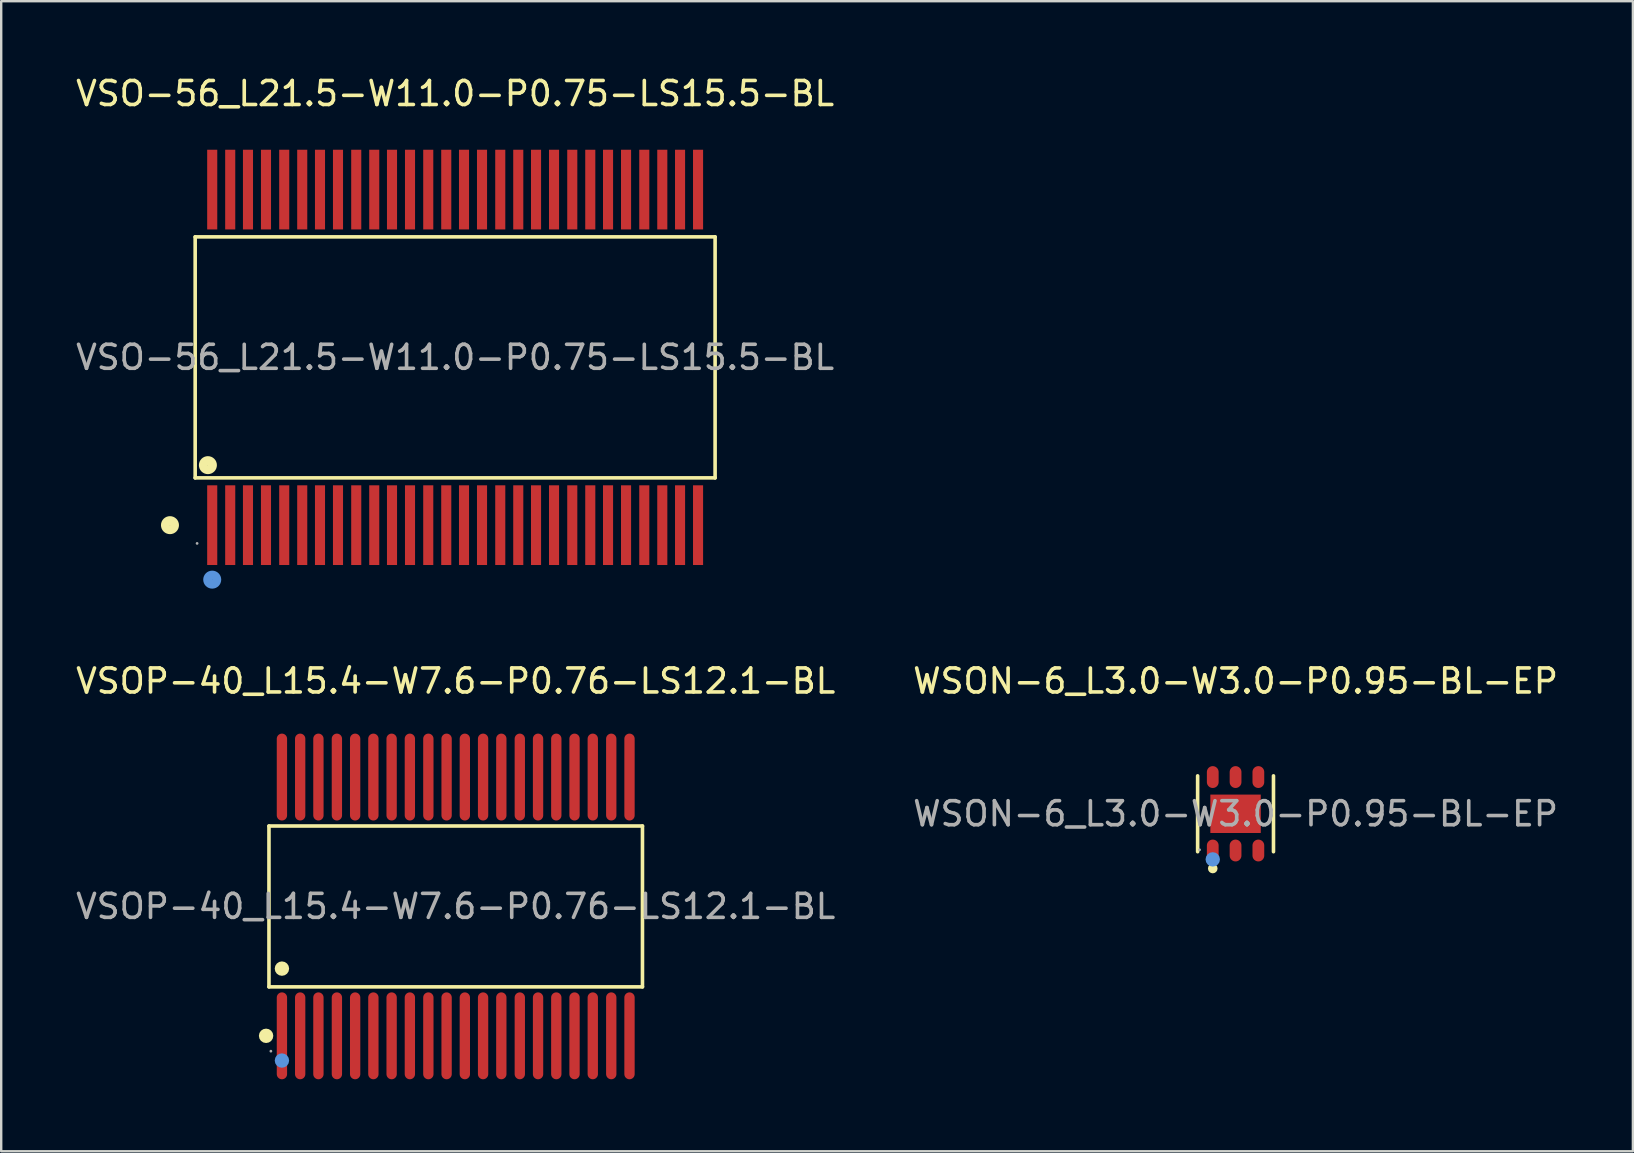
<source format=kicad_pcb>
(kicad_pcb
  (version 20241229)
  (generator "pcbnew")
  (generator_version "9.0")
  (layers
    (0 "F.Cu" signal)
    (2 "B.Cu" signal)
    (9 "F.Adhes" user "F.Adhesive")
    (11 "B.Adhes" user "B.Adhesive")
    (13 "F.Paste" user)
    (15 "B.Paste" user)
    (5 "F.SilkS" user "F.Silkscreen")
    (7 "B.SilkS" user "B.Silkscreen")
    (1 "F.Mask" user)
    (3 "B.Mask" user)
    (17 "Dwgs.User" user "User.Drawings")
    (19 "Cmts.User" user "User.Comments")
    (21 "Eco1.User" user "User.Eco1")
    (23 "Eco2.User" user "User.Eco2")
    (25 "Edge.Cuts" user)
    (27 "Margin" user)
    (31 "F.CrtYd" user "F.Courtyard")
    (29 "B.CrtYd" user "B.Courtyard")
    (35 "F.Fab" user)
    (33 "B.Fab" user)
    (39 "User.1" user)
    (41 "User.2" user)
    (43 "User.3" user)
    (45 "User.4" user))
  (footprint "VSOP-40_L15.4-W7.6-P0.76-LS12.1-BL"
    (layer "F.Cu")
    (at 15.935 34.712)
    (property "Reference" "VSOP-40_L15.4-W7.6-P0.76-LS12.1-BL" (at 0 -9.39 0) (layer "F.SilkS") (effects (font (size 1 1) (thickness 0.15))))
    (attr through_hole)
    (fp_line (start -7.78 -3.35) (end 7.78 -3.35) (stroke (width 0.15) (type solid)) (layer "F.SilkS"))
    (fp_line (start -7.78 3.35) (end -7.78 -3.35) (stroke (width 0.15) (type solid)) (layer "F.SilkS"))
    (fp_line (start 7.78 -3.35) (end 7.78 3.35) (stroke (width 0.15) (type solid)) (layer "F.SilkS"))
    (fp_line (start 7.78 3.35) (end -7.78 3.35) (stroke (width 0.15) (type solid)) (layer "F.SilkS"))
    (fp_circle (center -7.9 5.39) (end -7.75 5.39) (stroke (width 0.3) (type solid)) (fill no) (layer "F.SilkS"))
    (fp_circle (center -7.24 2.59) (end -7.09 2.59) (stroke (width 0.3) (type solid)) (fill no) (layer "F.SilkS"))
    (fp_circle (center -7.24 6.42) (end -7.09 6.42) (stroke (width 0.3) (type solid)) (fill no) (layer "Cmts.User"))
    (fp_circle (center -7.7 6.03) (end -7.67 6.03) (stroke (width 0.06) (type solid)) (fill no) (layer "F.Fab"))
    (fp_text user "${REFERENCE}" (at 0 0 0) (layer "F.Fab") (effects (font (size 1 1) (thickness 0.15))))
    (pad "1" smd oval (at -7.24 5.39) (size 0.43 3.62) (layers "F.Cu" "F.Mask" "F.Paste"))
    (pad "2" smd oval (at -6.48 5.39) (size 0.43 3.62) (layers "F.Cu" "F.Mask" "F.Paste"))
    (pad "3" smd oval (at -5.72 5.39) (size 0.43 3.62) (layers "F.Cu" "F.Mask" "F.Paste"))
    (pad "4" smd oval (at -4.95 5.39) (size 0.43 3.62) (layers "F.Cu" "F.Mask" "F.Paste"))
    (pad "5" smd oval (at -4.19 5.39) (size 0.43 3.62) (layers "F.Cu" "F.Mask" "F.Paste"))
    (pad "6" smd oval (at -3.43 5.39) (size 0.43 3.62) (layers "F.Cu" "F.Mask" "F.Paste"))
    (pad "7" smd oval (at -2.67 5.39) (size 0.43 3.62) (layers "F.Cu" "F.Mask" "F.Paste"))
    (pad "8" smd oval (at -1.91 5.39) (size 0.43 3.62) (layers "F.Cu" "F.Mask" "F.Paste"))
    (pad "9" smd oval (at -1.14 5.39) (size 0.43 3.62) (layers "F.Cu" "F.Mask" "F.Paste"))
    (pad "10" smd oval (at -0.38 5.39) (size 0.43 3.62) (layers "F.Cu" "F.Mask" "F.Paste"))
    (pad "11" smd oval (at 0.38 5.39) (size 0.43 3.62) (layers "F.Cu" "F.Mask" "F.Paste"))
    (pad "12" smd oval (at 1.14 5.39) (size 0.43 3.62) (layers "F.Cu" "F.Mask" "F.Paste"))
    (pad "13" smd oval (at 1.9 5.39) (size 0.43 3.62) (layers "F.Cu" "F.Mask" "F.Paste"))
    (pad "14" smd oval (at 2.67 5.39) (size 0.43 3.62) (layers "F.Cu" "F.Mask" "F.Paste"))
    (pad "15" smd oval (at 3.43 5.39) (size 0.43 3.62) (layers "F.Cu" "F.Mask" "F.Paste"))
    (pad "16" smd oval (at 4.19 5.39) (size 0.43 3.62) (layers "F.Cu" "F.Mask" "F.Paste"))
    (pad "17" smd oval (at 4.95 5.39) (size 0.43 3.62) (layers "F.Cu" "F.Mask" "F.Paste"))
    (pad "18" smd oval (at 5.71 5.39) (size 0.43 3.62) (layers "F.Cu" "F.Mask" "F.Paste"))
    (pad "19" smd oval (at 6.48 5.39) (size 0.43 3.62) (layers "F.Cu" "F.Mask" "F.Paste"))
    (pad "20" smd oval (at 7.24 5.39) (size 0.43 3.62) (layers "F.Cu" "F.Mask" "F.Paste"))
    (pad "21" smd oval (at 7.24 -5.39) (size 0.43 3.62) (layers "F.Cu" "F.Mask" "F.Paste"))
    (pad "22" smd oval (at 6.48 -5.39) (size 0.43 3.62) (layers "F.Cu" "F.Mask" "F.Paste"))
    (pad "23" smd oval (at 5.71 -5.39) (size 0.43 3.62) (layers "F.Cu" "F.Mask" "F.Paste"))
    (pad "24" smd oval (at 4.95 -5.39) (size 0.43 3.62) (layers "F.Cu" "F.Mask" "F.Paste"))
    (pad "25" smd oval (at 4.19 -5.39) (size 0.43 3.62) (layers "F.Cu" "F.Mask" "F.Paste"))
    (pad "26" smd oval (at 3.43 -5.39) (size 0.43 3.62) (layers "F.Cu" "F.Mask" "F.Paste"))
    (pad "27" smd oval (at 2.67 -5.39) (size 0.43 3.62) (layers "F.Cu" "F.Mask" "F.Paste"))
    (pad "28" smd oval (at 1.9 -5.39) (size 0.43 3.62) (layers "F.Cu" "F.Mask" "F.Paste"))
    (pad "29" smd oval (at 1.14 -5.39) (size 0.43 3.62) (layers "F.Cu" "F.Mask" "F.Paste"))
    (pad "30" smd oval (at 0.38 -5.39) (size 0.43 3.62) (layers "F.Cu" "F.Mask" "F.Paste"))
    (pad "31" smd oval (at -0.38 -5.39) (size 0.43 3.62) (layers "F.Cu" "F.Mask" "F.Paste"))
    (pad "32" smd oval (at -1.14 -5.39) (size 0.43 3.62) (layers "F.Cu" "F.Mask" "F.Paste"))
    (pad "33" smd oval (at -1.91 -5.39) (size 0.43 3.62) (layers "F.Cu" "F.Mask" "F.Paste"))
    (pad "34" smd oval (at -2.67 -5.39) (size 0.43 3.62) (layers "F.Cu" "F.Mask" "F.Paste"))
    (pad "35" smd oval (at -3.43 -5.39) (size 0.43 3.62) (layers "F.Cu" "F.Mask" "F.Paste"))
    (pad "36" smd oval (at -4.19 -5.39) (size 0.43 3.62) (layers "F.Cu" "F.Mask" "F.Paste"))
    (pad "37" smd oval (at -4.95 -5.39) (size 0.43 3.62) (layers "F.Cu" "F.Mask" "F.Paste"))
    (pad "38" smd oval (at -5.72 -5.39) (size 0.43 3.62) (layers "F.Cu" "F.Mask" "F.Paste"))
    (pad "39" smd oval (at -6.48 -5.39) (size 0.43 3.62) (layers "F.Cu" "F.Mask" "F.Paste"))
    (pad "40" smd oval (at -7.24 -5.39) (size 0.43 3.62) (layers "F.Cu" "F.Mask" "F.Paste")))
  (footprint "WSON-6_L3.0-W3.0-P0.95-BL-EP"
    (layer "F.Cu")
    (at 48.423 30.852)
    (property "Reference" "WSON-6_L3.0-W3.0-P0.95-BL-EP" (at 0 -5.53 0) (layer "F.SilkS") (effects (font (size 1 1) (thickness 0.15))))
    (attr through_hole)
    (fp_line (start -1.58 1.58) (end -1.58 -1.58) (stroke (width 0.15) (type solid)) (layer "F.SilkS"))
    (fp_line (start 1.58 -1.58) (end 1.58 1.58) (stroke (width 0.15) (type solid)) (layer "F.SilkS"))
    (fp_circle (center -0.95 2.28) (end -0.85 2.28) (stroke (width 0.2) (type solid)) (fill no) (layer "F.SilkS"))
    (fp_circle (center -0.95 1.9) (end -0.8 1.9) (stroke (width 0.3) (type solid)) (fill no) (layer "Cmts.User"))
    (fp_circle (center -1.5 1.5) (end -1.47 1.5) (stroke (width 0.06) (type solid)) (fill no) (layer "F.Fab"))
    (fp_text user "${REFERENCE}" (at 0 0 0) (layer "F.Fab") (effects (font (size 1 1) (thickness 0.15))))
    (pad "1" smd oval (at -0.95 1.53) (size 0.49 0.91) (layers "F.Cu" "F.Mask" "F.Paste"))
    (pad "2" smd oval (at 0 1.53) (size 0.49 0.91) (layers "F.Cu" "F.Mask" "F.Paste"))
    (pad "3" smd oval (at 0.95 1.53) (size 0.49 0.91) (layers "F.Cu" "F.Mask" "F.Paste"))
    (pad "4" smd oval (at 0.95 -1.53) (size 0.49 0.91) (layers "F.Cu" "F.Mask" "F.Paste"))
    (pad "5" smd oval (at 0 -1.53) (size 0.49 0.91) (layers "F.Cu" "F.Mask" "F.Paste"))
    (pad "6" smd oval (at -0.95 -1.53) (size 0.49 0.91) (layers "F.Cu" "F.Mask" "F.Paste"))
    (pad "7" smd rect (at 0 0) (size 2.1 1.6) (layers "F.Cu" "F.Mask" "F.Paste")))
  (footprint "VSO-56_L21.5-W11.0-P0.75-LS15.5-BL"
    (layer "F.Cu")
    (at 15.911 11.838)
    (property "Reference" "VSO-56_L21.5-W11.0-P0.75-LS15.5-BL" (at 0 -10.99 0) (layer "F.SilkS") (effects (font (size 1 1) (thickness 0.15))))
    (attr through_hole)
    (fp_line (start -10.83 -5.02) (end 10.83 -5.02) (stroke (width 0.15) (type solid)) (layer "F.SilkS"))
    (fp_line (start -10.83 5.02) (end -10.83 -5.02) (stroke (width 0.15) (type solid)) (layer "F.SilkS"))
    (fp_line (start 10.83 -5.02) (end 10.83 5.02) (stroke (width 0.15) (type solid)) (layer "F.SilkS"))
    (fp_line (start 10.83 5.02) (end -10.83 5.02) (stroke (width 0.15) (type solid)) (layer "F.SilkS"))
    (fp_circle (center -11.88 6.99) (end -11.69 6.99) (stroke (width 0.37) (type solid)) (fill no) (layer "F.SilkS"))
    (fp_circle (center -10.3 4.49) (end -10.11 4.49) (stroke (width 0.37) (type solid)) (fill no) (layer "F.SilkS"))
    (fp_circle (center -10.12 9.26) (end -9.93 9.26) (stroke (width 0.37) (type solid)) (fill no) (layer "Cmts.User"))
    (fp_circle (center -10.75 7.75) (end -10.72 7.75) (stroke (width 0.06) (type solid)) (fill no) (layer "F.Fab"))
    (fp_text user "${REFERENCE}" (at 0 0 0) (layer "F.Fab") (effects (font (size 1 1) (thickness 0.15))))
    (pad "1" smd rect (at -10.12 6.99) (size 0.42 3.32) (layers "F.Cu" "F.Mask" "F.Paste"))
    (pad "2" smd rect (at -9.37 6.99) (size 0.42 3.32) (layers "F.Cu" "F.Mask" "F.Paste"))
    (pad "3" smd rect (at -8.63 6.99) (size 0.42 3.32) (layers "F.Cu" "F.Mask" "F.Paste"))
    (pad "4" smd rect (at -7.88 6.99) (size 0.42 3.32) (layers "F.Cu" "F.Mask" "F.Paste"))
    (pad "5" smd rect (at -7.12 6.99) (size 0.42 3.32) (layers "F.Cu" "F.Mask" "F.Paste"))
    (pad "6" smd rect (at -6.37 6.99) (size 0.42 3.32) (layers "F.Cu" "F.Mask" "F.Paste"))
    (pad "7" smd rect (at -5.63 6.99) (size 0.42 3.32) (layers "F.Cu" "F.Mask" "F.Paste"))
    (pad "8" smd rect (at -4.88 6.99) (size 0.42 3.32) (layers "F.Cu" "F.Mask" "F.Paste"))
    (pad "9" smd rect (at -4.12 6.99) (size 0.42 3.32) (layers "F.Cu" "F.Mask" "F.Paste"))
    (pad "10" smd rect (at -3.37 6.99) (size 0.42 3.32) (layers "F.Cu" "F.Mask" "F.Paste"))
    (pad "11" smd rect (at -2.63 6.99) (size 0.42 3.32) (layers "F.Cu" "F.Mask" "F.Paste"))
    (pad "12" smd rect (at -1.88 6.99) (size 0.42 3.32) (layers "F.Cu" "F.Mask" "F.Paste"))
    (pad "13" smd rect (at -1.12 6.99) (size 0.42 3.32) (layers "F.Cu" "F.Mask" "F.Paste"))
    (pad "14" smd rect (at -0.37 6.99) (size 0.42 3.32) (layers "F.Cu" "F.Mask" "F.Paste"))
    (pad "15" smd rect (at 0.37 6.99) (size 0.42 3.32) (layers "F.Cu" "F.Mask" "F.Paste"))
    (pad "16" smd rect (at 1.12 6.99) (size 0.42 3.32) (layers "F.Cu" "F.Mask" "F.Paste"))
    (pad "17" smd rect (at 1.88 6.99) (size 0.42 3.32) (layers "F.Cu" "F.Mask" "F.Paste"))
    (pad "18" smd rect (at 2.63 6.99) (size 0.42 3.32) (layers "F.Cu" "F.Mask" "F.Paste"))
    (pad "19" smd rect (at 3.37 6.99) (size 0.42 3.32) (layers "F.Cu" "F.Mask" "F.Paste"))
    (pad "20" smd rect (at 4.12 6.99) (size 0.42 3.32) (layers "F.Cu" "F.Mask" "F.Paste"))
    (pad "21" smd rect (at 4.88 6.99) (size 0.42 3.32) (layers "F.Cu" "F.Mask" "F.Paste"))
    (pad "22" smd rect (at 5.63 6.99) (size 0.42 3.32) (layers "F.Cu" "F.Mask" "F.Paste"))
    (pad "23" smd rect (at 6.37 6.99) (size 0.42 3.32) (layers "F.Cu" "F.Mask" "F.Paste"))
    (pad "24" smd rect (at 7.12 6.99) (size 0.42 3.32) (layers "F.Cu" "F.Mask" "F.Paste"))
    (pad "25" smd rect (at 7.88 6.99) (size 0.42 3.32) (layers "F.Cu" "F.Mask" "F.Paste"))
    (pad "26" smd rect (at 8.63 6.99) (size 0.42 3.32) (layers "F.Cu" "F.Mask" "F.Paste"))
    (pad "27" smd rect (at 9.37 6.99) (size 0.42 3.32) (layers "F.Cu" "F.Mask" "F.Paste"))
    (pad "28" smd rect (at 10.12 6.99) (size 0.42 3.32) (layers "F.Cu" "F.Mask" "F.Paste"))
    (pad "29" smd rect (at 10.12 -6.99) (size 0.42 3.32) (layers "F.Cu" "F.Mask" "F.Paste"))
    (pad "30" smd rect (at 9.37 -6.99) (size 0.42 3.32) (layers "F.Cu" "F.Mask" "F.Paste"))
    (pad "31" smd rect (at 8.63 -6.99) (size 0.42 3.32) (layers "F.Cu" "F.Mask" "F.Paste"))
    (pad "32" smd rect (at 7.88 -6.99) (size 0.42 3.32) (layers "F.Cu" "F.Mask" "F.Paste"))
    (pad "33" smd rect (at 7.12 -6.99) (size 0.42 3.32) (layers "F.Cu" "F.Mask" "F.Paste"))
    (pad "34" smd rect (at 6.37 -6.99) (size 0.42 3.32) (layers "F.Cu" "F.Mask" "F.Paste"))
    (pad "35" smd rect (at 5.63 -6.99) (size 0.42 3.32) (layers "F.Cu" "F.Mask" "F.Paste"))
    (pad "36" smd rect (at 4.88 -6.99) (size 0.42 3.32) (layers "F.Cu" "F.Mask" "F.Paste"))
    (pad "37" smd rect (at 4.12 -6.99) (size 0.42 3.32) (layers "F.Cu" "F.Mask" "F.Paste"))
    (pad "38" smd rect (at 3.37 -6.99) (size 0.42 3.32) (layers "F.Cu" "F.Mask" "F.Paste"))
    (pad "39" smd rect (at 2.63 -6.99) (size 0.42 3.32) (layers "F.Cu" "F.Mask" "F.Paste"))
    (pad "40" smd rect (at 1.88 -6.99) (size 0.42 3.32) (layers "F.Cu" "F.Mask" "F.Paste"))
    (pad "41" smd rect (at 1.12 -6.99) (size 0.42 3.32) (layers "F.Cu" "F.Mask" "F.Paste"))
    (pad "42" smd rect (at 0.37 -6.99) (size 0.42 3.32) (layers "F.Cu" "F.Mask" "F.Paste"))
    (pad "43" smd rect (at -0.37 -6.99) (size 0.42 3.32) (layers "F.Cu" "F.Mask" "F.Paste"))
    (pad "44" smd rect (at -1.12 -6.99) (size 0.42 3.32) (layers "F.Cu" "F.Mask" "F.Paste"))
    (pad "45" smd rect (at -1.88 -6.99) (size 0.42 3.32) (layers "F.Cu" "F.Mask" "F.Paste"))
    (pad "46" smd rect (at -2.63 -6.99) (size 0.42 3.32) (layers "F.Cu" "F.Mask" "F.Paste"))
    (pad "47" smd rect (at -3.37 -6.99) (size 0.42 3.32) (layers "F.Cu" "F.Mask" "F.Paste"))
    (pad "48" smd rect (at -4.12 -6.99) (size 0.42 3.32) (layers "F.Cu" "F.Mask" "F.Paste"))
    (pad "49" smd rect (at -4.88 -6.99) (size 0.42 3.32) (layers "F.Cu" "F.Mask" "F.Paste"))
    (pad "50" smd rect (at -5.63 -6.99) (size 0.42 3.32) (layers "F.Cu" "F.Mask" "F.Paste"))
    (pad "51" smd rect (at -6.37 -6.99) (size 0.42 3.32) (layers "F.Cu" "F.Mask" "F.Paste"))
    (pad "52" smd rect (at -7.12 -6.99) (size 0.42 3.32) (layers "F.Cu" "F.Mask" "F.Paste"))
    (pad "53" smd rect (at -7.88 -6.99) (size 0.42 3.32) (layers "F.Cu" "F.Mask" "F.Paste"))
    (pad "54" smd rect (at -8.63 -6.99) (size 0.42 3.32) (layers "F.Cu" "F.Mask" "F.Paste"))
    (pad "55" smd rect (at -9.37 -6.99) (size 0.42 3.32) (layers "F.Cu" "F.Mask" "F.Paste"))
    (pad "56" smd rect (at -10.12 -6.99) (size 0.42 3.32) (layers "F.Cu" "F.Mask" "F.Paste")))
  (gr_rect
    (start -3 -3)
    (end 64.976 44.911)
    (stroke (width 0.1) (type default))
    (fill no)
    (layer "Edge.Cuts")))
</source>
